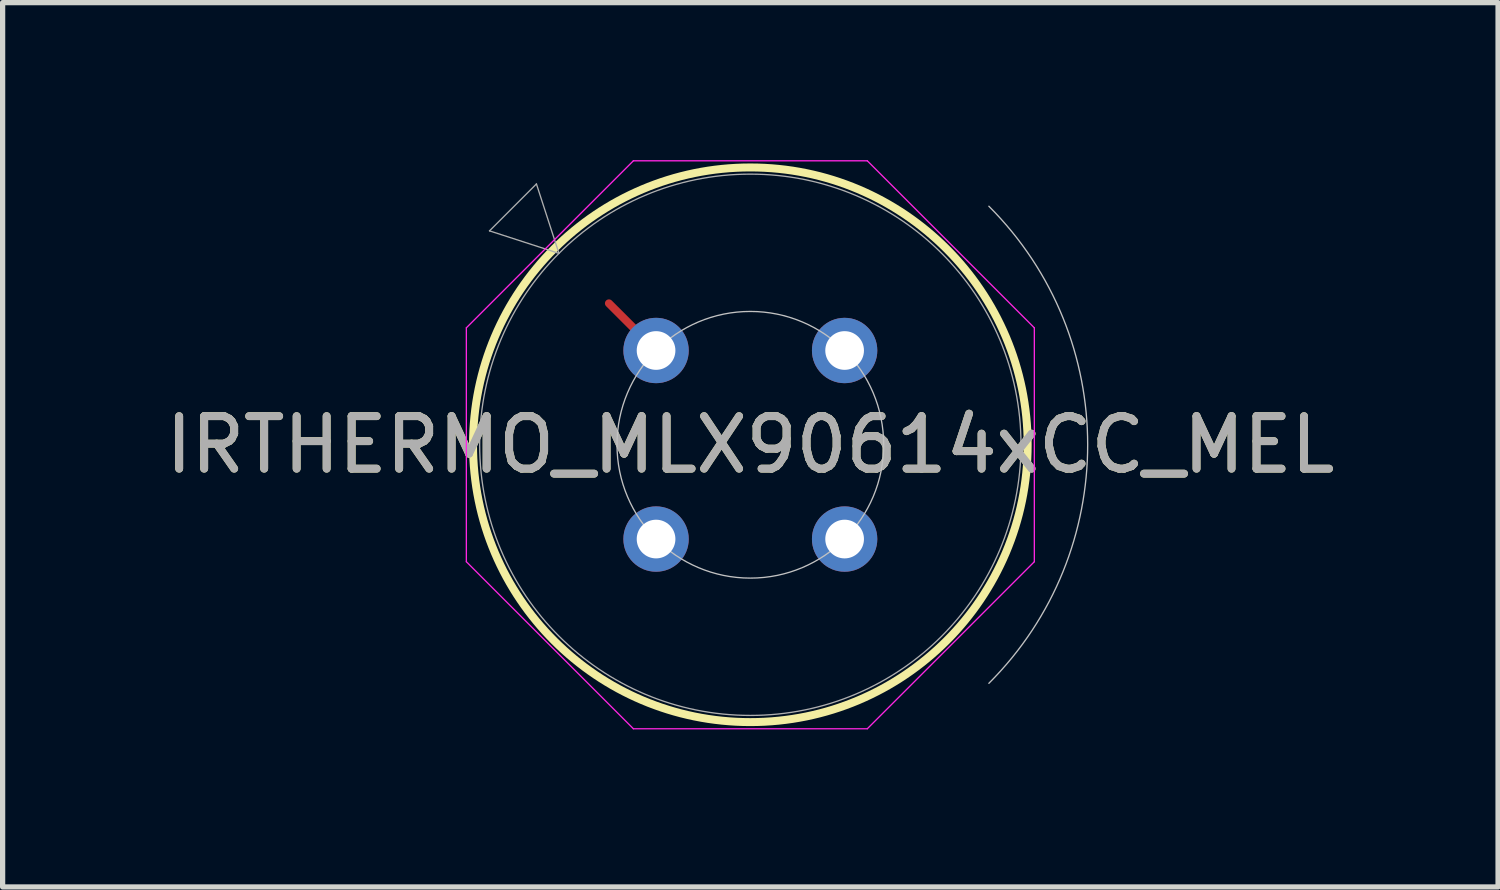
<source format=kicad_pcb>
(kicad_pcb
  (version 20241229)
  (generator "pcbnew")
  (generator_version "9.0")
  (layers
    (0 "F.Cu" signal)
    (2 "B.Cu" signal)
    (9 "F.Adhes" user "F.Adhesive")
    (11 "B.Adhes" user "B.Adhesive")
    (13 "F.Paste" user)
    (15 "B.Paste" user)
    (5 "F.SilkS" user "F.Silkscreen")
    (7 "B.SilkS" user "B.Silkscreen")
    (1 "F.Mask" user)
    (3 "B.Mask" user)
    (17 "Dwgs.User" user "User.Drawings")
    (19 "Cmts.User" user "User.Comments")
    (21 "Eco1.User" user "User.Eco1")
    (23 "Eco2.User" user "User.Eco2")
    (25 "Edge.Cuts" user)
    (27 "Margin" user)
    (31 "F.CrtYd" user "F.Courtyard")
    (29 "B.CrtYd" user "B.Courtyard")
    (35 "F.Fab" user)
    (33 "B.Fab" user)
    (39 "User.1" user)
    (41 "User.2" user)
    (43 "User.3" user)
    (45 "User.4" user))
  (footprint "IRTHERMO_MLX90614xCC_MEL"
    (layer "F.Cu")
    (at 9.448 3.627)
    (property "Reference" "IRTHERMO_MLX90614xCC_MEL" (at 1.796 1.796 0) (unlocked yes) (layer "F.SilkS") (effects (font (size 1 1) (thickness 0.15))))
    (attr through_hole)
    (fp_line (start 0 0) (end -0.898 -0.898) (stroke (width 0.152) (type solid)) (layer "F.Cu"))
    (fp_circle (center 1.796 1.796) (end 7.079 1.796) (stroke (width 0.152) (type solid)) (fill no) (layer "F.SilkS"))
    (fp_arc (start 6.340061 -2.747958) (mid 8.222251 1.796051) (end 6.340061 6.340061) (stroke (width 0.0254) (type solid)) (layer "Dwgs.User"))
    (fp_circle (center 1.796 1.796) (end 4.336 1.796) (stroke (width 0.025) (type solid)) (fill no) (layer "Dwgs.User"))
    (fp_line (start -3.614 -0.432) (end -0.432 -3.614) (stroke (width 0.025) (type solid)) (layer "F.CrtYd"))
    (fp_line (start -3.614 4.024) (end -3.614 -0.432) (stroke (width 0.025) (type solid)) (layer "F.CrtYd"))
    (fp_line (start -0.432 -3.614) (end 4.024 -3.614) (stroke (width 0.025) (type solid)) (layer "F.CrtYd"))
    (fp_line (start -0.432 7.206) (end -3.614 4.024) (stroke (width 0.025) (type solid)) (layer "F.CrtYd"))
    (fp_line (start 4.024 -3.614) (end 7.206 -0.432) (stroke (width 0.025) (type solid)) (layer "F.CrtYd"))
    (fp_line (start 4.024 7.206) (end -0.432 7.206) (stroke (width 0.025) (type solid)) (layer "F.CrtYd"))
    (fp_line (start 7.206 -0.432) (end 7.206 4.024) (stroke (width 0.025) (type solid)) (layer "F.CrtYd"))
    (fp_line (start 7.206 4.024) (end 4.024 7.206) (stroke (width 0.025) (type solid)) (layer "F.CrtYd"))
    (fp_line (start -3.173 -2.279) (end -2.279 -3.173) (stroke (width 0.025) (type solid)) (layer "F.Fab"))
    (fp_line (start -2.279 -3.173) (end -1.85 -1.85) (stroke (width 0.025) (type solid)) (layer "F.Fab"))
    (fp_line (start -1.85 -1.85) (end -3.173 -2.279) (stroke (width 0.025) (type solid)) (layer "F.Fab"))
    (fp_circle (center 1.796 1.796) (end 6.952 1.796) (stroke (width 0.025) (type solid)) (fill no) (layer "F.Fab"))
    (fp_text user "${REFERENCE}" (at 1.796 1.796 0) (unlocked yes) (layer "F.Fab") (effects (font (size 1 1) (thickness 0.15))))
    (pad "1" thru_hole circle (at 0 0) (size 1.245 1.245) (drill 0.737) (layers "*.Cu" "*.Mask"))
    (pad "2" thru_hole circle (at 0 3.592 90) (size 1.245 1.245) (drill 0.737) (layers "*.Cu" "*.Mask"))
    (pad "3" thru_hole circle (at 3.592 3.592) (size 1.245 1.245) (drill 0.737) (layers "*.Cu" "*.Mask"))
    (pad "4" thru_hole circle (at 3.592 0 90) (size 1.245 1.245) (drill 0.737) (layers "*.Cu" "*.Mask")))
  (gr_rect
    (start -3 -3)
    (end 25.488 13.846)
    (stroke (width 0.1) (type default))
    (fill no)
    (layer "Edge.Cuts")))
</source>
